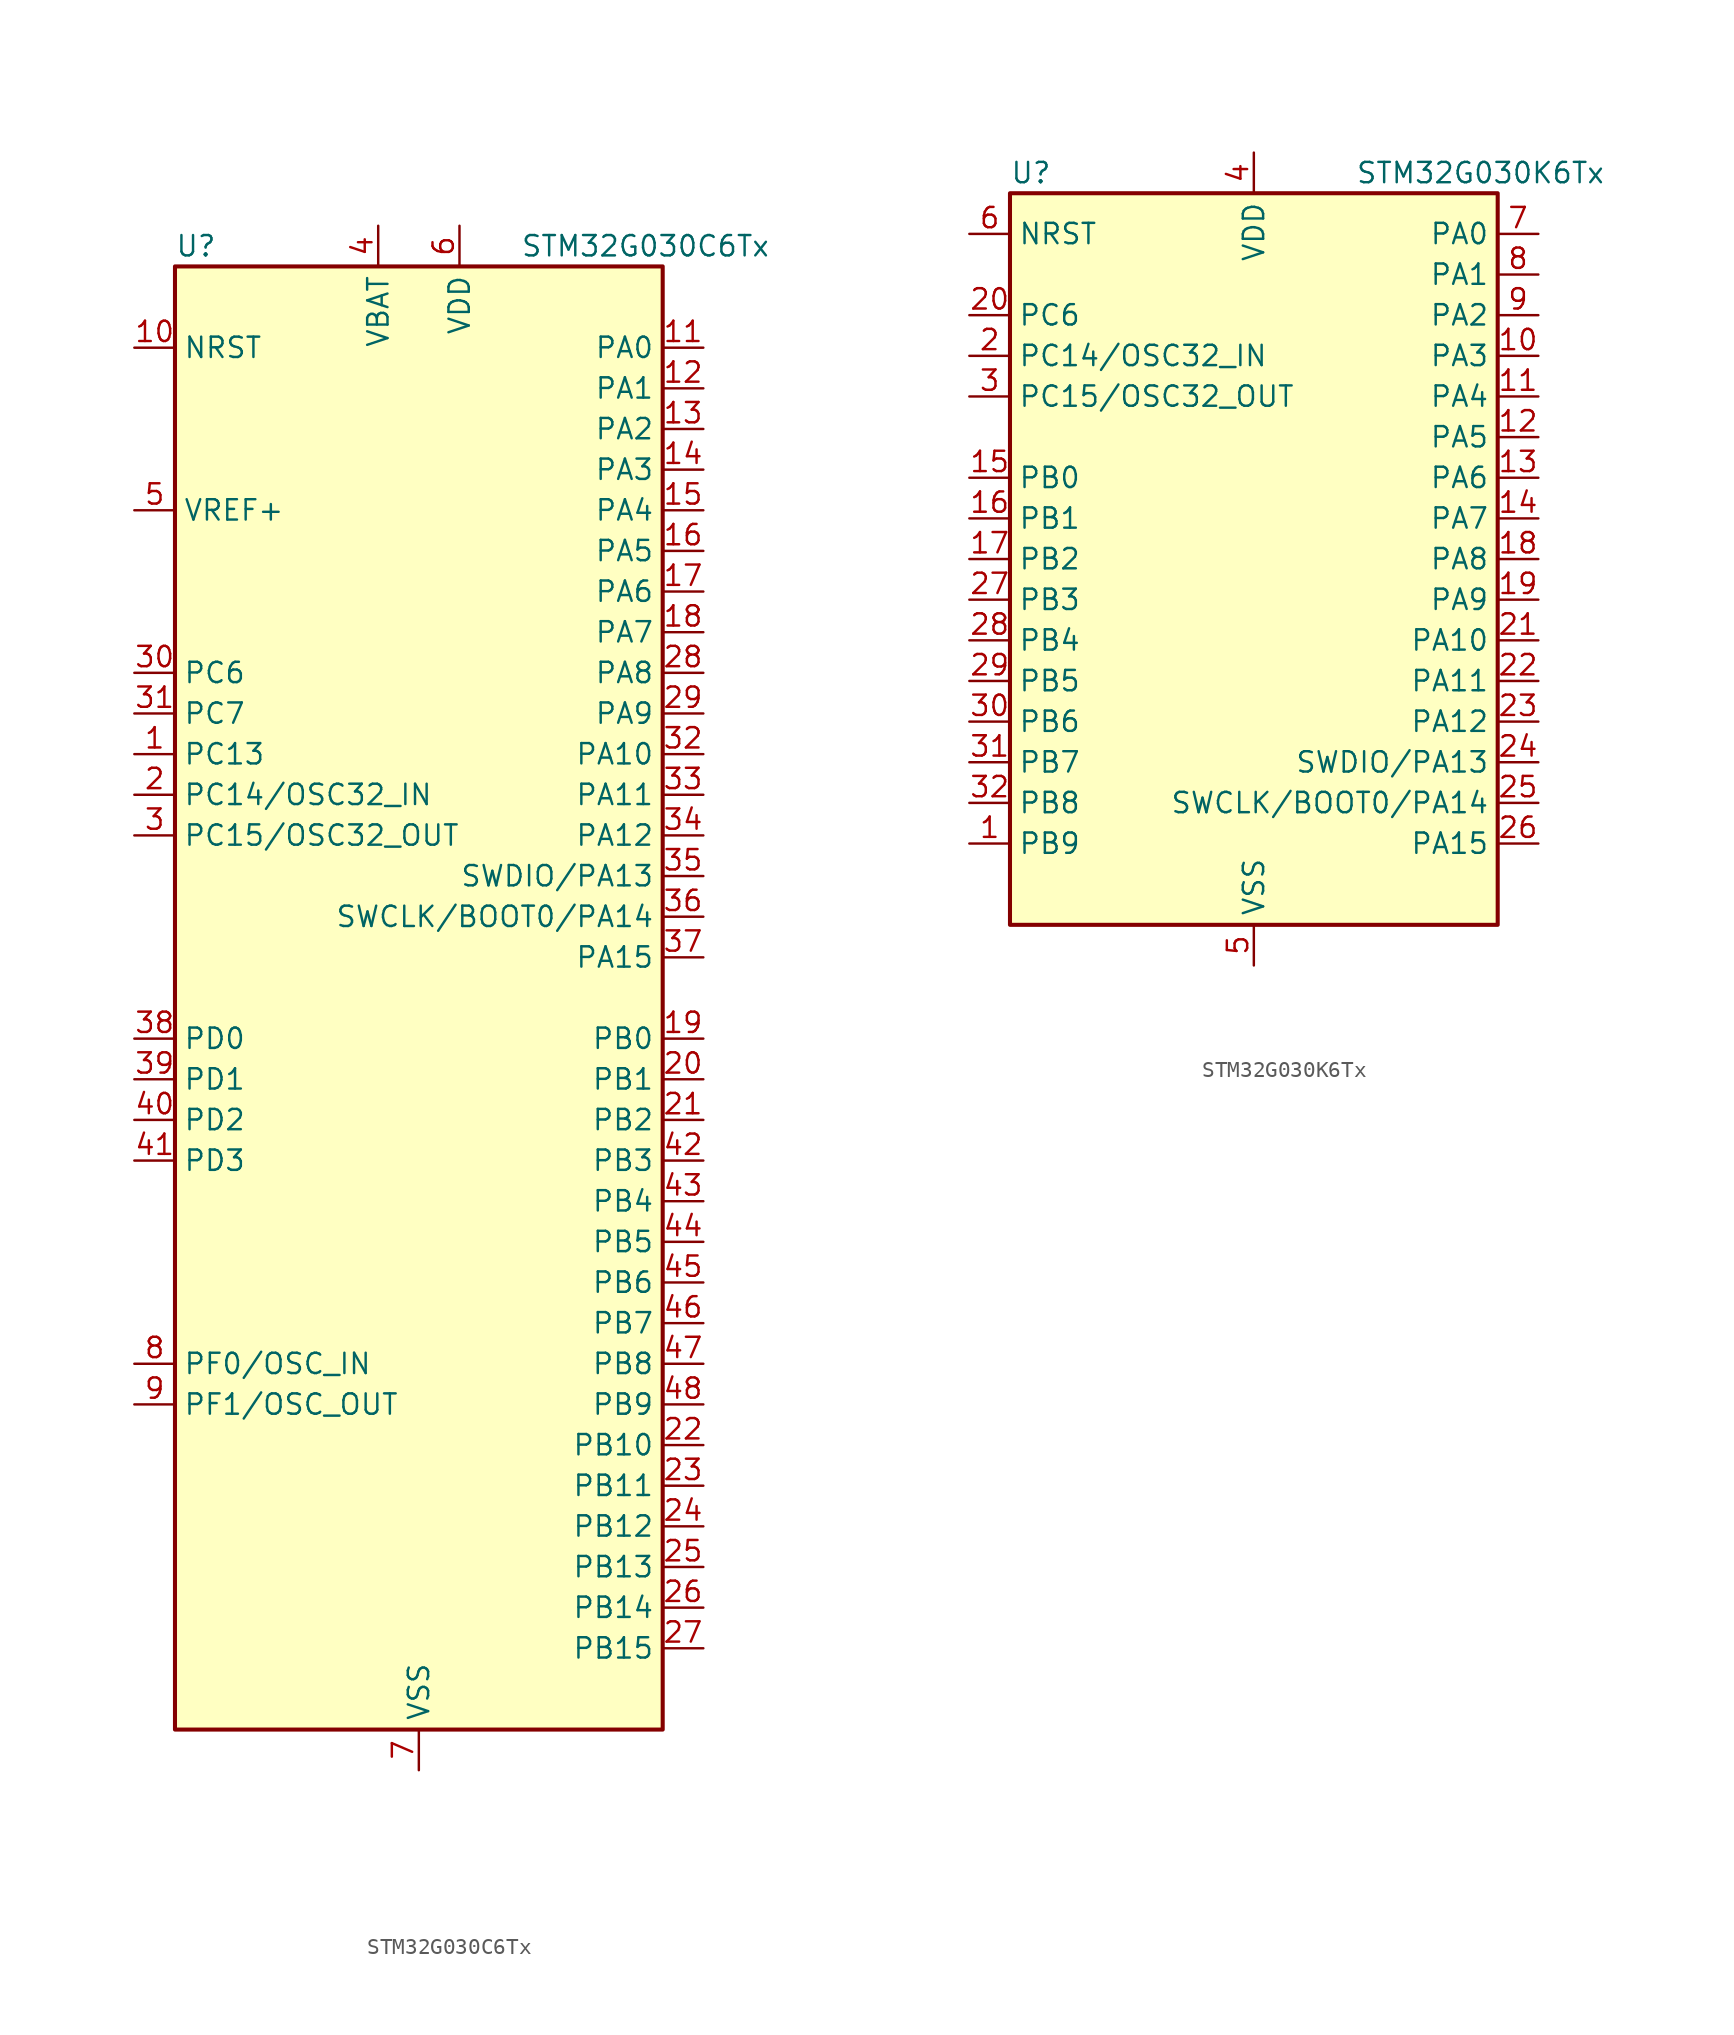
<source format=kicad_sym>
(kicad_symbol_lib
  (version 20211014)
  (generator kicad_symbol_editor)
  (symbol "STM32G030C6Tx"
    (property "Reference" "U"
      (at -15.24 46.99 0)
      (effects (font (size 1.27 1.27)) (justify left)))
    (property "Value" "STM32G030C6Tx"
      (at 6.35 46.99 0)
      (effects (font (size 1.27 1.27)) (justify left)))
    (symbol "STM32G030C6Tx_0_1"
      (rectangle (start -15.24 45.72) (end 15.24 -45.72) (stroke (width 0.254) (type default) (color 0 0 0 0)) (fill (type background))))
    (symbol "STM32G030C6Tx_1_1"
      (pin bidirectional line (at -17.78 15.24 0) (length 2.54) (name "PC13" (effects (font (size 1.27 1.27)))) (number "1" (effects (font (size 1.27 1.27)))))
      (pin input line (at -17.78 40.64 0) (length 2.54) (name "NRST" (effects (font (size 1.27 1.27)))) (number "10" (effects (font (size 1.27 1.27)))))
      (pin bidirectional line (at 17.78 40.64 180) (length 2.54) (name "PA0" (effects (font (size 1.27 1.27)))) (number "11" (effects (font (size 1.27 1.27)))))
      (pin bidirectional line (at 17.78 38.1 180) (length 2.54) (name "PA1" (effects (font (size 1.27 1.27)))) (number "12" (effects (font (size 1.27 1.27)))))
      (pin bidirectional line (at 17.78 35.56 180) (length 2.54) (name "PA2" (effects (font (size 1.27 1.27)))) (number "13" (effects (font (size 1.27 1.27)))))
      (pin bidirectional line (at 17.78 33.02 180) (length 2.54) (name "PA3" (effects (font (size 1.27 1.27)))) (number "14" (effects (font (size 1.27 1.27)))))
      (pin bidirectional line (at 17.78 30.48 180) (length 2.54) (name "PA4" (effects (font (size 1.27 1.27)))) (number "15" (effects (font (size 1.27 1.27)))))
      (pin bidirectional line (at 17.78 27.94 180) (length 2.54) (name "PA5" (effects (font (size 1.27 1.27)))) (number "16" (effects (font (size 1.27 1.27)))))
      (pin bidirectional line (at 17.78 25.4 180) (length 2.54) (name "PA6" (effects (font (size 1.27 1.27)))) (number "17" (effects (font (size 1.27 1.27)))))
      (pin bidirectional line (at 17.78 22.86 180) (length 2.54) (name "PA7" (effects (font (size 1.27 1.27)))) (number "18" (effects (font (size 1.27 1.27)))))
      (pin bidirectional line (at 17.78 -2.54 180) (length 2.54) (name "PB0" (effects (font (size 1.27 1.27)))) (number "19" (effects (font (size 1.27 1.27)))))
      (pin bidirectional line (at -17.78 12.7 0) (length 2.54) (name "PC14/OSC32_IN" (effects (font (size 1.27 1.27)))) (number "2" (effects (font (size 1.27 1.27)))))
      (pin bidirectional line (at 17.78 -5.08 180) (length 2.54) (name "PB1" (effects (font (size 1.27 1.27)))) (number "20" (effects (font (size 1.27 1.27)))))
      (pin bidirectional line (at 17.78 -7.62 180) (length 2.54) (name "PB2" (effects (font (size 1.27 1.27)))) (number "21" (effects (font (size 1.27 1.27)))))
      (pin bidirectional line (at 17.78 -27.94 180) (length 2.54) (name "PB10" (effects (font (size 1.27 1.27)))) (number "22" (effects (font (size 1.27 1.27)))))
      (pin bidirectional line (at 17.78 -30.48 180) (length 2.54) (name "PB11" (effects (font (size 1.27 1.27)))) (number "23" (effects (font (size 1.27 1.27)))))
      (pin bidirectional line (at 17.78 -33.02 180) (length 2.54) (name "PB12" (effects (font (size 1.27 1.27)))) (number "24" (effects (font (size 1.27 1.27)))))
      (pin bidirectional line (at 17.78 -35.56 180) (length 2.54) (name "PB13" (effects (font (size 1.27 1.27)))) (number "25" (effects (font (size 1.27 1.27)))))
      (pin bidirectional line (at 17.78 -38.1 180) (length 2.54) (name "PB14" (effects (font (size 1.27 1.27)))) (number "26" (effects (font (size 1.27 1.27)))))
      (pin bidirectional line (at 17.78 -40.64 180) (length 2.54) (name "PB15" (effects (font (size 1.27 1.27)))) (number "27" (effects (font (size 1.27 1.27)))))
      (pin bidirectional line (at 17.78 20.32 180) (length 2.54) (name "PA8" (effects (font (size 1.27 1.27)))) (number "28" (effects (font (size 1.27 1.27)))))
      (pin bidirectional line (at 17.78 17.78 180) (length 2.54) (name "PA9" (effects (font (size 1.27 1.27)))) (number "29" (effects (font (size 1.27 1.27)))))
      (pin bidirectional line (at -17.78 10.16 0) (length 2.54) (name "PC15/OSC32_OUT" (effects (font (size 1.27 1.27)))) (number "3" (effects (font (size 1.27 1.27)))))
      (pin bidirectional line (at -17.78 20.32 0) (length 2.54) (name "PC6" (effects (font (size 1.27 1.27)))) (number "30" (effects (font (size 1.27 1.27)))))
      (pin bidirectional line (at -17.78 17.78 0) (length 2.54) (name "PC7" (effects (font (size 1.27 1.27)))) (number "31" (effects (font (size 1.27 1.27)))))
      (pin bidirectional line (at 17.78 15.24 180) (length 2.54) (name "PA10" (effects (font (size 1.27 1.27)))) (number "32" (effects (font (size 1.27 1.27)))))
      (pin bidirectional line (at 17.78 12.7 180) (length 2.54) (name "PA11" (effects (font (size 1.27 1.27)))) (number "33" (effects (font (size 1.27 1.27)))))
      (pin bidirectional line (at 17.78 10.16 180) (length 2.54) (name "PA12" (effects (font (size 1.27 1.27)))) (number "34" (effects (font (size 1.27 1.27)))))
      (pin bidirectional line (at 17.78 7.62 180) (length 2.54) (name "SWDIO/PA13" (effects (font (size 1.27 1.27)))) (number "35" (effects (font (size 1.27 1.27)))))
      (pin bidirectional line (at 17.78 5.08 180) (length 2.54) (name "SWCLK/BOOT0/PA14" (effects (font (size 1.27 1.27)))) (number "36" (effects (font (size 1.27 1.27)))))
      (pin bidirectional line (at 17.78 2.54 180) (length 2.54) (name "PA15" (effects (font (size 1.27 1.27)))) (number "37" (effects (font (size 1.27 1.27)))))
      (pin bidirectional line (at -17.78 -2.54 0) (length 2.54) (name "PD0" (effects (font (size 1.27 1.27)))) (number "38" (effects (font (size 1.27 1.27)))))
      (pin bidirectional line (at -17.78 -5.08 0) (length 2.54) (name "PD1" (effects (font (size 1.27 1.27)))) (number "39" (effects (font (size 1.27 1.27)))))
      (pin power_in line (at -2.54 48.26 270) (length 2.54) (name "VBAT" (effects (font (size 1.27 1.27)))) (number "4" (effects (font (size 1.27 1.27)))))
      (pin bidirectional line (at -17.78 -7.62 0) (length 2.54) (name "PD2" (effects (font (size 1.27 1.27)))) (number "40" (effects (font (size 1.27 1.27)))))
      (pin bidirectional line (at -17.78 -10.16 0) (length 2.54) (name "PD3" (effects (font (size 1.27 1.27)))) (number "41" (effects (font (size 1.27 1.27)))))
      (pin bidirectional line (at 17.78 -10.16 180) (length 2.54) (name "PB3" (effects (font (size 1.27 1.27)))) (number "42" (effects (font (size 1.27 1.27)))))
      (pin bidirectional line (at 17.78 -12.7 180) (length 2.54) (name "PB4" (effects (font (size 1.27 1.27)))) (number "43" (effects (font (size 1.27 1.27)))))
      (pin bidirectional line (at 17.78 -15.24 180) (length 2.54) (name "PB5" (effects (font (size 1.27 1.27)))) (number "44" (effects (font (size 1.27 1.27)))))
      (pin bidirectional line (at 17.78 -17.78 180) (length 2.54) (name "PB6" (effects (font (size 1.27 1.27)))) (number "45" (effects (font (size 1.27 1.27)))))
      (pin bidirectional line (at 17.78 -20.32 180) (length 2.54) (name "PB7" (effects (font (size 1.27 1.27)))) (number "46" (effects (font (size 1.27 1.27)))))
      (pin bidirectional line (at 17.78 -22.86 180) (length 2.54) (name "PB8" (effects (font (size 1.27 1.27)))) (number "47" (effects (font (size 1.27 1.27)))))
      (pin bidirectional line (at 17.78 -25.4 180) (length 2.54) (name "PB9" (effects (font (size 1.27 1.27)))) (number "48" (effects (font (size 1.27 1.27)))))
      (pin power_in line (at -17.78 30.48 0) (length 2.54) (name "VREF+" (effects (font (size 1.27 1.27)))) (number "5" (effects (font (size 1.27 1.27)))))
      (pin power_in line (at 2.54 48.26 270) (length 2.54) (name "VDD" (effects (font (size 1.27 1.27)))) (number "6" (effects (font (size 1.27 1.27)))))
      (pin power_in line (at 0 -48.26 90) (length 2.54) (name "VSS" (effects (font (size 1.27 1.27)))) (number "7" (effects (font (size 1.27 1.27)))))
      (pin bidirectional line (at -17.78 -22.86 0) (length 2.54) (name "PF0/OSC_IN" (effects (font (size 1.27 1.27)))) (number "8" (effects (font (size 1.27 1.27)))))
      (pin bidirectional line (at -17.78 -25.4 0) (length 2.54) (name "PF1/OSC_OUT" (effects (font (size 1.27 1.27)))) (number "9" (effects (font (size 1.27 1.27)))))))
  (symbol "STM32G030K6Tx"
    (property "Reference" "U"
      (at -15.24 24.13 0)
      (effects (font (size 1.27 1.27)) (justify left)))
    (property "Value" "STM32G030K6Tx"
      (at 6.35 24.13 0)
      (effects (font (size 1.27 1.27)) (justify left)))
    (symbol "STM32G030K6Tx_0_1"
      (rectangle (start -15.24 -22.86) (end 15.24 22.86) (stroke (width 0.254) (type default) (color 0 0 0 0)) (fill (type background))))
    (symbol "STM32G030K6Tx_1_1"
      (pin bidirectional line (at -17.78 -17.78 0) (length 2.54) (name "PB9" (effects (font (size 1.27 1.27)))) (number "1" (effects (font (size 1.27 1.27)))))
      (pin bidirectional line (at 17.78 12.7 180) (length 2.54) (name "PA3" (effects (font (size 1.27 1.27)))) (number "10" (effects (font (size 1.27 1.27)))))
      (pin bidirectional line (at 17.78 10.16 180) (length 2.54) (name "PA4" (effects (font (size 1.27 1.27)))) (number "11" (effects (font (size 1.27 1.27)))))
      (pin bidirectional line (at 17.78 7.62 180) (length 2.54) (name "PA5" (effects (font (size 1.27 1.27)))) (number "12" (effects (font (size 1.27 1.27)))))
      (pin bidirectional line (at 17.78 5.08 180) (length 2.54) (name "PA6" (effects (font (size 1.27 1.27)))) (number "13" (effects (font (size 1.27 1.27)))))
      (pin bidirectional line (at 17.78 2.54 180) (length 2.54) (name "PA7" (effects (font (size 1.27 1.27)))) (number "14" (effects (font (size 1.27 1.27)))))
      (pin bidirectional line (at -17.78 5.08 0) (length 2.54) (name "PB0" (effects (font (size 1.27 1.27)))) (number "15" (effects (font (size 1.27 1.27)))))
      (pin bidirectional line (at -17.78 2.54 0) (length 2.54) (name "PB1" (effects (font (size 1.27 1.27)))) (number "16" (effects (font (size 1.27 1.27)))))
      (pin bidirectional line (at -17.78 0 0) (length 2.54) (name "PB2" (effects (font (size 1.27 1.27)))) (number "17" (effects (font (size 1.27 1.27)))))
      (pin bidirectional line (at 17.78 0 180) (length 2.54) (name "PA8" (effects (font (size 1.27 1.27)))) (number "18" (effects (font (size 1.27 1.27)))))
      (pin bidirectional line (at 17.78 -2.54 180) (length 2.54) (name "PA9" (effects (font (size 1.27 1.27)))) (number "19" (effects (font (size 1.27 1.27)))))
      (pin bidirectional line (at -17.78 12.7 0) (length 2.54) (name "PC14/OSC32_IN" (effects (font (size 1.27 1.27)))) (number "2" (effects (font (size 1.27 1.27)))))
      (pin bidirectional line (at -17.78 15.24 0) (length 2.54) (name "PC6" (effects (font (size 1.27 1.27)))) (number "20" (effects (font (size 1.27 1.27)))))
      (pin bidirectional line (at 17.78 -5.08 180) (length 2.54) (name "PA10" (effects (font (size 1.27 1.27)))) (number "21" (effects (font (size 1.27 1.27)))))
      (pin bidirectional line (at 17.78 -7.62 180) (length 2.54) (name "PA11" (effects (font (size 1.27 1.27)))) (number "22" (effects (font (size 1.27 1.27)))))
      (pin bidirectional line (at 17.78 -10.16 180) (length 2.54) (name "PA12" (effects (font (size 1.27 1.27)))) (number "23" (effects (font (size 1.27 1.27)))))
      (pin bidirectional line (at 17.78 -12.7 180) (length 2.54) (name "SWDIO/PA13" (effects (font (size 1.27 1.27)))) (number "24" (effects (font (size 1.27 1.27)))))
      (pin bidirectional line (at 17.78 -15.24 180) (length 2.54) (name "SWCLK/BOOT0/PA14" (effects (font (size 1.27 1.27)))) (number "25" (effects (font (size 1.27 1.27)))))
      (pin bidirectional line (at 17.78 -17.78 180) (length 2.54) (name "PA15" (effects (font (size 1.27 1.27)))) (number "26" (effects (font (size 1.27 1.27)))))
      (pin bidirectional line (at -17.78 -2.54 0) (length 2.54) (name "PB3" (effects (font (size 1.27 1.27)))) (number "27" (effects (font (size 1.27 1.27)))))
      (pin bidirectional line (at -17.78 -5.08 0) (length 2.54) (name "PB4" (effects (font (size 1.27 1.27)))) (number "28" (effects (font (size 1.27 1.27)))))
      (pin bidirectional line (at -17.78 -7.62 0) (length 2.54) (name "PB5" (effects (font (size 1.27 1.27)))) (number "29" (effects (font (size 1.27 1.27)))))
      (pin bidirectional line (at -17.78 10.16 0) (length 2.54) (name "PC15/OSC32_OUT" (effects (font (size 1.27 1.27)))) (number "3" (effects (font (size 1.27 1.27)))))
      (pin bidirectional line (at -17.78 -10.16 0) (length 2.54) (name "PB6" (effects (font (size 1.27 1.27)))) (number "30" (effects (font (size 1.27 1.27)))))
      (pin bidirectional line (at -17.78 -12.7 0) (length 2.54) (name "PB7" (effects (font (size 1.27 1.27)))) (number "31" (effects (font (size 1.27 1.27)))))
      (pin bidirectional line (at -17.78 -15.24 0) (length 2.54) (name "PB8" (effects (font (size 1.27 1.27)))) (number "32" (effects (font (size 1.27 1.27)))))
      (pin power_in line (at 0 25.4 270) (length 2.54) (name "VDD" (effects (font (size 1.27 1.27)))) (number "4" (effects (font (size 1.27 1.27)))))
      (pin power_in line (at 0 -25.4 90) (length 2.54) (name "VSS" (effects (font (size 1.27 1.27)))) (number "5" (effects (font (size 1.27 1.27)))))
      (pin input line (at -17.78 20.32 0) (length 2.54) (name "NRST" (effects (font (size 1.27 1.27)))) (number "6" (effects (font (size 1.27 1.27)))))
      (pin bidirectional line (at 17.78 20.32 180) (length 2.54) (name "PA0" (effects (font (size 1.27 1.27)))) (number "7" (effects (font (size 1.27 1.27)))))
      (pin bidirectional line (at 17.78 17.78 180) (length 2.54) (name "PA1" (effects (font (size 1.27 1.27)))) (number "8" (effects (font (size 1.27 1.27)))))
      (pin bidirectional line (at 17.78 15.24 180) (length 2.54) (name "PA2" (effects (font (size 1.27 1.27)))) (number "9" (effects (font (size 1.27 1.27))))))))
</source>
